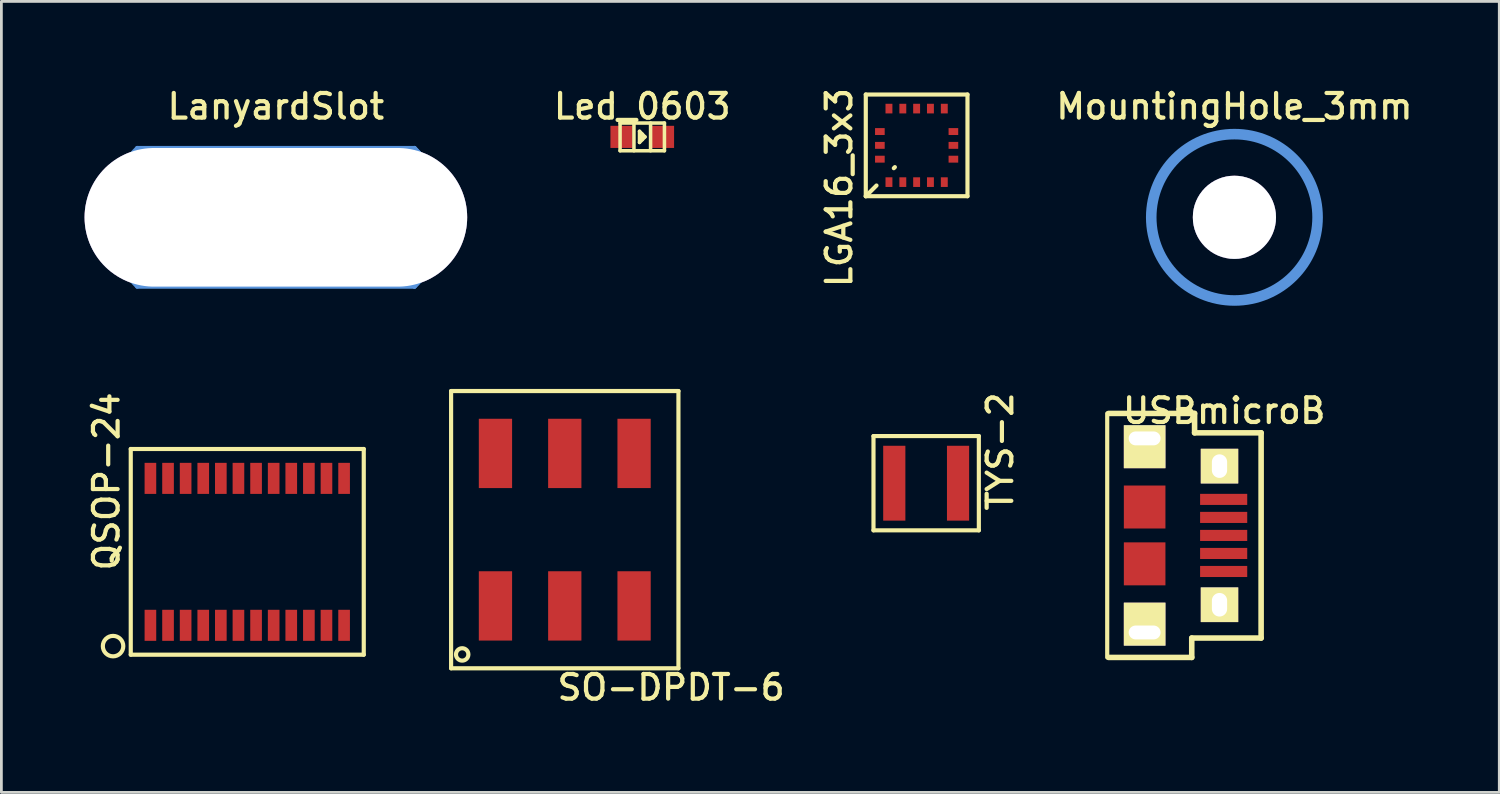
<source format=kicad_pcb>
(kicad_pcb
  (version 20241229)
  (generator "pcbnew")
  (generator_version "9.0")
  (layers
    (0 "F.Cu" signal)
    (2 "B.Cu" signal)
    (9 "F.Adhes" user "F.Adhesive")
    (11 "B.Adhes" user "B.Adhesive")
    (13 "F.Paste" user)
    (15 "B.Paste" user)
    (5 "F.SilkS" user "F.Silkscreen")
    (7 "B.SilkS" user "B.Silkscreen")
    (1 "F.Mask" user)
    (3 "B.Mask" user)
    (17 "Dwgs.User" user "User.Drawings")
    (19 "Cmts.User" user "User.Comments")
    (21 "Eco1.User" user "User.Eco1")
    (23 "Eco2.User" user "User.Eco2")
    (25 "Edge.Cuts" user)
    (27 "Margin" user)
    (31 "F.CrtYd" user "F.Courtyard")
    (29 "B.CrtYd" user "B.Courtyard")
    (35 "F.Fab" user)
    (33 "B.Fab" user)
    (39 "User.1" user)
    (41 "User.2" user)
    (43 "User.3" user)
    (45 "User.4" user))
  (footprint "LGA16_3x3"
    (layer "F.Cu")
    (at 30.011 2.193)
    (property "Reference" "LGA16_3x3" (at -2.794 1.524 90) (layer "F.SilkS") (effects (font (size 0.889 0.889) (thickness 0.152))))
    (attr smd)
    (fp_line (start -1.834 -1.834) (end -1.834 1.834) (stroke (width 0.15) (type solid)) (layer "F.SilkS"))
    (fp_line (start -1.834 -1.834) (end 1.834 -1.834) (stroke (width 0.15) (type solid)) (layer "F.SilkS"))
    (fp_line (start -1.834 1.834) (end -1.448 1.448) (stroke (width 0.15) (type solid)) (layer "F.SilkS"))
    (fp_line (start -1.834 1.834) (end 1.834 1.834) (stroke (width 0.15) (type solid)) (layer "F.SilkS"))
    (fp_line (start -0.823 0.823) (end -0.785 0.785) (stroke (width 0.15) (type solid)) (layer "F.SilkS"))
    (fp_line (start 1.834 -1.834) (end 1.834 1.834) (stroke (width 0.15) (type solid)) (layer "F.SilkS"))
    (pad "1" smd rect (at -0.998 1.499 180) (size 0.249 0.348) (drill (offset 0 0.173)) (layers "F.Cu" "F.Mask" "F.Paste"))
    (pad "2" smd rect (at -0.498 1.499 180) (size 0.249 0.348) (drill (offset 0 0.173)) (layers "F.Cu" "F.Mask" "F.Paste"))
    (pad "3" smd rect (at 0 1.499 180) (size 0.249 0.348) (drill (offset 0 0.173)) (layers "F.Cu" "F.Mask" "F.Paste"))
    (pad "4" smd rect (at 0.498 1.499 180) (size 0.249 0.348) (drill (offset 0 0.173)) (layers "F.Cu" "F.Mask" "F.Paste"))
    (pad "5" smd rect (at 0.998 1.499 180) (size 0.249 0.348) (drill (offset 0 0.173)) (layers "F.Cu" "F.Mask" "F.Paste"))
    (pad "6" smd rect (at 1.499 0.498 270) (size 0.249 0.348) (drill (offset 0 0.173)) (layers "F.Cu" "F.Mask" "F.Paste"))
    (pad "7" smd rect (at 1.499 0 270) (size 0.249 0.348) (drill (offset 0 0.173)) (layers "F.Cu" "F.Mask" "F.Paste"))
    (pad "8" smd rect (at 1.499 -0.498 270) (size 0.249 0.348) (drill (offset 0 0.173)) (layers "F.Cu" "F.Mask" "F.Paste"))
    (pad "9" smd rect (at 0.998 -1.499) (size 0.249 0.348) (drill (offset 0 0.173)) (layers "F.Cu" "F.Mask" "F.Paste"))
    (pad "10" smd rect (at 0.498 -1.499) (size 0.249 0.348) (drill (offset 0 0.173)) (layers "F.Cu" "F.Mask" "F.Paste"))
    (pad "11" smd rect (at 0 -1.499) (size 0.249 0.348) (drill (offset 0 0.173)) (layers "F.Cu" "F.Mask" "F.Paste"))
    (pad "12" smd rect (at -0.498 -1.499) (size 0.249 0.348) (drill (offset 0 0.173)) (layers "F.Cu" "F.Mask" "F.Paste"))
    (pad "13" smd rect (at -0.998 -1.499) (size 0.249 0.348) (drill (offset 0 0.173)) (layers "F.Cu" "F.Mask" "F.Paste"))
    (pad "14" smd rect (at -1.499 -0.498 90) (size 0.249 0.348) (drill (offset 0 0.173)) (layers "F.Cu" "F.Mask" "F.Paste"))
    (pad "15" smd rect (at -1.499 0 90) (size 0.249 0.348) (drill (offset 0 0.173)) (layers "F.Cu" "F.Mask" "F.Paste"))
    (pad "16" smd rect (at -1.499 0.498 90) (size 0.249 0.348) (drill (offset 0 0.173)) (layers "F.Cu" "F.Mask" "F.Paste")))
  (footprint "TYS-2"
    (layer "F.Cu")
    (at 30.355 14.378)
    (property "Reference" "TYS-2" (at 2.667 -1.143 270) (layer "F.SilkS") (effects (font (size 0.889 0.889) (thickness 0.152))))
    (attr smd)
    (fp_line (start -1.9 -1.7) (end -1.9 1.7) (stroke (width 0.15) (type solid)) (layer "F.SilkS"))
    (fp_line (start -1.9 -1.7) (end 1.9 -1.7) (stroke (width 0.15) (type solid)) (layer "F.SilkS"))
    (fp_line (start -1.9 1.7) (end 1.9 1.7) (stroke (width 0.15) (type solid)) (layer "F.SilkS"))
    (fp_line (start 1.9 -1.7) (end 1.9 1.7) (stroke (width 0.15) (type solid)) (layer "F.SilkS"))
    (pad "1" smd rect (at -1.15 0) (size 0.8 2.7) (layers "F.Cu" "F.Mask" "F.Paste"))
    (pad "2" smd rect (at 1.15 0) (size 0.8 2.7) (layers "F.Cu" "F.Mask" "F.Paste")))
  (footprint "LanyardSlot"
    (layer "F.Cu")
    (at 6.9 4.788)
    (property "Reference" "LanyardSlot" (at 0 -4 0) (layer "F.SilkS") (effects (font (size 0.889 0.889) (thickness 0.152))))
    (attr through_hole)
    (fp_line (start -5 -2.5) (end 5 -2.5) (stroke (width 0.15) (type solid)) (layer "Cmts.User"))
    (fp_line (start -5 2.5) (end 5 2.5) (stroke (width 0.15) (type solid)) (layer "Cmts.User"))
    (fp_arc (start -5 2.5) (mid -6.035534 0) (end -5 -2.5) (stroke (width 0.15) (type solid)) (layer "Cmts.User"))
    (fp_arc (start 5 -2.5) (mid 6.035534 0) (end 5 2.5) (stroke (width 0.15) (type solid)) (layer "Cmts.User"))
    (fp_arc (start 5 -2.5) (mid 6.035534 0) (end 5 2.5) (stroke (width 0.15) (type solid)) (layer "Cmts.User"))
    (pad "" thru_hole oval (at 0 0) (size 13.8 5) (drill oval 13.8 5) (layers)))
  (footprint "Led_0603"
    (layer "F.Cu")
    (at 20.115 1.887)
    (property "Reference" "Led_0603" (at 0 -1.1 0) (layer "F.SilkS") (effects (font (size 0.889 0.889) (thickness 0.152))))
    (attr smd)
    (fp_line (start -0.8 -0.5) (end 0.8 -0.5) (stroke (width 0.127) (type solid)) (layer "F.SilkS"))
    (fp_line (start -0.8 0.5) (end -0.8 -0.5) (stroke (width 0.127) (type solid)) (layer "F.SilkS"))
    (fp_line (start -0.3 -0.5) (end -0.3 0.5) (stroke (width 0.127) (type solid)) (layer "F.SilkS"))
    (fp_line (start -0.099 -0.201) (end -0.099 0.201) (stroke (width 0.127) (type solid)) (layer "F.SilkS"))
    (fp_line (start -0.099 0.201) (end 0.099 0) (stroke (width 0.127) (type solid)) (layer "F.SilkS"))
    (fp_line (start 0 0.099) (end 0 -0.099) (stroke (width 0.127) (type solid)) (layer "F.SilkS"))
    (fp_line (start 0.099 0) (end -0.099 -0.201) (stroke (width 0.127) (type solid)) (layer "F.SilkS"))
    (fp_line (start 0.3 0.5) (end 0.3 -0.5) (stroke (width 0.127) (type solid)) (layer "F.SilkS"))
    (fp_line (start 0.8 -0.5) (end 0.8 0.5) (stroke (width 0.127) (type solid)) (layer "F.SilkS"))
    (fp_line (start 0.8 0.5) (end -0.8 0.5) (stroke (width 0.127) (type solid)) (layer "F.SilkS"))
    (pad "1" smd rect (at -0.749 0) (size 0.798 0.798) (layers "F.Cu" "F.Mask" "F.Paste"))
    (pad "2" smd rect (at 0.749 0) (size 0.798 0.798) (layers "F.Cu" "F.Mask" "F.Paste")))
  (footprint "QSOP-24"
    (layer "F.Cu")
    (at 5.868 16.854)
    (property "Reference" "QSOP-24" (at -5.08 -2.54 90) (layer "F.SilkS") (effects (font (size 0.889 0.889) (thickness 0.152))))
    (attr through_hole)
    (fp_line (start -4.202 -3.71) (end -4.202 3.71) (stroke (width 0.15) (type solid)) (layer "F.SilkS"))
    (fp_line (start -4.202 3.71) (end 4.202 3.71) (stroke (width 0.15) (type solid)) (layer "F.SilkS"))
    (fp_line (start 4.202 -3.71) (end -4.202 -3.71) (stroke (width 0.15) (type solid)) (layer "F.SilkS"))
    (fp_line (start 4.202 3.71) (end 4.202 -3.71) (stroke (width 0.15) (type solid)) (layer "F.SilkS"))
    (fp_circle (center -4.84 3.4) (end -4.56 3.64) (stroke (width 0.15) (type solid)) (fill no) (layer "F.SilkS"))
    (pad "1" smd rect (at -3.493 2.65) (size 0.42 1.12) (layers "F.Cu" "F.Mask" "F.Paste"))
    (pad "2" smd rect (at -2.857 2.65) (size 0.42 1.12) (layers "F.Cu" "F.Mask" "F.Paste"))
    (pad "3" smd rect (at -2.223 2.65) (size 0.42 1.12) (layers "F.Cu" "F.Mask" "F.Paste"))
    (pad "4" smd rect (at -1.587 2.65) (size 0.42 1.12) (layers "F.Cu" "F.Mask" "F.Paste"))
    (pad "5" smd rect (at -0.953 2.65) (size 0.42 1.12) (layers "F.Cu" "F.Mask" "F.Paste"))
    (pad "6" smd rect (at -0.318 2.65) (size 0.42 1.12) (layers "F.Cu" "F.Mask" "F.Paste"))
    (pad "7" smd rect (at 0.318 2.65) (size 0.42 1.12) (layers "F.Cu" "F.Mask" "F.Paste"))
    (pad "8" smd rect (at 0.953 2.65) (size 0.42 1.12) (layers "F.Cu" "F.Mask" "F.Paste"))
    (pad "9" smd rect (at 1.587 2.65) (size 0.42 1.12) (layers "F.Cu" "F.Mask" "F.Paste"))
    (pad "10" smd rect (at 2.223 2.65) (size 0.42 1.12) (layers "F.Cu" "F.Mask" "F.Paste"))
    (pad "11" smd rect (at 2.857 2.65) (size 0.42 1.12) (layers "F.Cu" "F.Mask" "F.Paste"))
    (pad "12" smd rect (at 3.493 2.65) (size 0.42 1.12) (layers "F.Cu" "F.Mask" "F.Paste"))
    (pad "13" smd rect (at 3.493 -2.65) (size 0.42 1.12) (layers "F.Cu" "F.Mask" "F.Paste"))
    (pad "14" smd rect (at 2.857 -2.65) (size 0.42 1.12) (layers "F.Cu" "F.Mask" "F.Paste"))
    (pad "15" smd rect (at 2.223 -2.65) (size 0.42 1.12) (layers "F.Cu" "F.Mask" "F.Paste"))
    (pad "16" smd rect (at 1.587 -2.65) (size 0.42 1.12) (layers "F.Cu" "F.Mask" "F.Paste"))
    (pad "17" smd rect (at 0.953 -2.65) (size 0.42 1.12) (layers "F.Cu" "F.Mask" "F.Paste"))
    (pad "18" smd rect (at 0.318 -2.65) (size 0.42 1.12) (layers "F.Cu" "F.Mask" "F.Paste"))
    (pad "19" smd rect (at -0.318 -2.65) (size 0.42 1.12) (layers "F.Cu" "F.Mask" "F.Paste"))
    (pad "20" smd rect (at -0.953 -2.65) (size 0.42 1.12) (layers "F.Cu" "F.Mask" "F.Paste"))
    (pad "21" smd rect (at -1.587 -2.65) (size 0.42 1.12) (layers "F.Cu" "F.Mask" "F.Paste"))
    (pad "22" smd rect (at -2.223 -2.65) (size 0.42 1.12) (layers "F.Cu" "F.Mask" "F.Paste"))
    (pad "23" smd rect (at -2.857 -2.65) (size 0.42 1.12) (layers "F.Cu" "F.Mask" "F.Paste"))
    (pad "24" smd rect (at -3.493 -2.65) (size 0.42 1.12) (layers "F.Cu" "F.Mask" "F.Paste")))
  (footprint "SO-DPDT-6"
    (layer "F.Cu")
    (at 17.32 16.054)
    (property "Reference" "SO-DPDT-6" (at 3.835 5.69 180) (layer "F.SilkS") (effects (font (size 0.889 0.889) (thickness 0.152))))
    (attr smd)
    (fp_line (start -4.1 -5) (end -4.1 5) (stroke (width 0.15) (type solid)) (layer "F.SilkS"))
    (fp_line (start -4.1 5) (end 4.1 5) (stroke (width 0.15) (type solid)) (layer "F.SilkS"))
    (fp_line (start 4.1 -5) (end -4.1 -5) (stroke (width 0.15) (type solid)) (layer "F.SilkS"))
    (fp_line (start 4.1 5) (end 4.1 -5) (stroke (width 0.15) (type solid)) (layer "F.SilkS"))
    (fp_circle (center -3.7 4.5) (end -3.5 4.6) (stroke (width 0.15) (type solid)) (fill no) (layer "F.SilkS"))
    (pad "1" smd rect (at -2.5 2.75) (size 1.2 2.5) (layers "F.Cu" "F.Mask" "F.Paste"))
    (pad "2" smd rect (at 0 2.75) (size 1.2 2.5) (layers "F.Cu" "F.Mask" "F.Paste"))
    (pad "3" smd rect (at 2.5 2.75) (size 1.2 2.5) (layers "F.Cu" "F.Mask" "F.Paste"))
    (pad "4" smd rect (at 2.5 -2.75) (size 1.2 2.5) (layers "F.Cu" "F.Mask" "F.Paste"))
    (pad "5" smd rect (at 0 -2.75) (size 1.2 2.5) (layers "F.Cu" "F.Mask" "F.Paste"))
    (pad "6" smd rect (at -2.5 -2.75) (size 1.2 2.5) (layers "F.Cu" "F.Mask" "F.Paste")))
  (footprint "USBmicroB"
    (layer "F.Cu")
    (at 38.235 16.262)
    (property "Reference" "USBmicroB" (at 2.87 -4.496 0) (layer "F.SilkS") (effects (font (size 0.889 0.889) (thickness 0.152))))
    (attr smd)
    (fp_line (start -1.35 -4.4) (end -1.35 4.4) (stroke (width 0.15) (type solid)) (layer "F.SilkS"))
    (fp_line (start -1.3 4.4) (end 1.699 4.4) (stroke (width 0.201) (type solid)) (layer "F.SilkS"))
    (fp_line (start 1.699 3.701) (end 4.201 3.701) (stroke (width 0.201) (type solid)) (layer "F.SilkS"))
    (fp_line (start 1.699 4.4) (end 1.699 3.701) (stroke (width 0.201) (type solid)) (layer "F.SilkS"))
    (fp_line (start 1.801 -4.4) (end -1.3 -4.4) (stroke (width 0.201) (type solid)) (layer "F.SilkS"))
    (fp_line (start 1.801 -3.701) (end 1.801 -4.4) (stroke (width 0.201) (type solid)) (layer "F.SilkS"))
    (fp_line (start 4.201 -3.701) (end 1.801 -3.701) (stroke (width 0.201) (type solid)) (layer "F.SilkS"))
    (fp_line (start 4.201 3.701) (end 4.201 -3.701) (stroke (width 0.201) (type solid)) (layer "F.SilkS"))
    (pad "1" smd rect (at 2.85 -1.3) (size 1.7 0.4) (layers "F.Cu" "F.Mask" "F.Paste"))
    (pad "2" smd rect (at 2.85 -0.65) (size 1.7 0.4) (layers "F.Cu" "F.Mask" "F.Paste"))
    (pad "3" smd rect (at 2.85 0) (size 1.7 0.4) (layers "F.Cu" "F.Mask" "F.Paste"))
    (pad "4" smd rect (at 2.85 0.65) (size 1.7 0.4) (layers "F.Cu" "F.Mask" "F.Paste"))
    (pad "5" smd rect (at 2.85 1.3) (size 1.7 0.4) (layers "F.Cu" "F.Mask" "F.Paste"))
    (pad "6" thru_hole rect (at 0 -3.5 90) (size 1.55 1.5) (drill oval 0.5 1.15 (offset -0.3 0)) (layers "*.Cu" "*.Mask" "F.SilkS"))
    (pad "6" smd rect (at 0 -1.025 90) (size 1.55 1.5) (layers "F.Cu" "F.Mask" "F.Paste"))
    (pad "6" smd rect (at 0 1.025 90) (size 1.55 1.5) (layers "F.Cu" "F.Mask" "F.Paste"))
    (pad "6" thru_hole rect (at 0 3.5 270) (size 1.55 1.5) (drill oval 0.5 1.15 (offset -0.3 0)) (layers "*.Cu" "*.Mask" "F.SilkS"))
    (pad "6" thru_hole rect (at 2.7 -2.5 90) (size 1.25 1.35) (drill oval 0.85 0.55) (layers "*.Cu" "*.Mask" "F.SilkS"))
    (pad "6" thru_hole rect (at 2.7 2.5 90) (size 1.25 1.35) (drill oval 0.85 0.55) (layers "*.Cu" "*.Mask" "F.SilkS")))
  (footprint "MountingHole_3mm"
    (layer "F.Cu")
    (at 41.473 4.788)
    (property "Reference" "MountingHole_3mm" (at 0 -4 0) (layer "F.SilkS") (effects (font (size 0.889 0.889) (thickness 0.152))))
    (attr through_hole)
    (fp_circle (center 0 0) (end 3 0) (stroke (width 0.381) (type solid)) (fill no) (layer "Cmts.User"))
    (pad "" thru_hole circle (at 0 0) (size 3 3) (drill 3) (layers)))
  (gr_rect
    (start -3 -3)
    (end 51.026 25.531)
    (stroke (width 0.1) (type default))
    (fill no)
    (layer "Edge.Cuts")))
</source>
